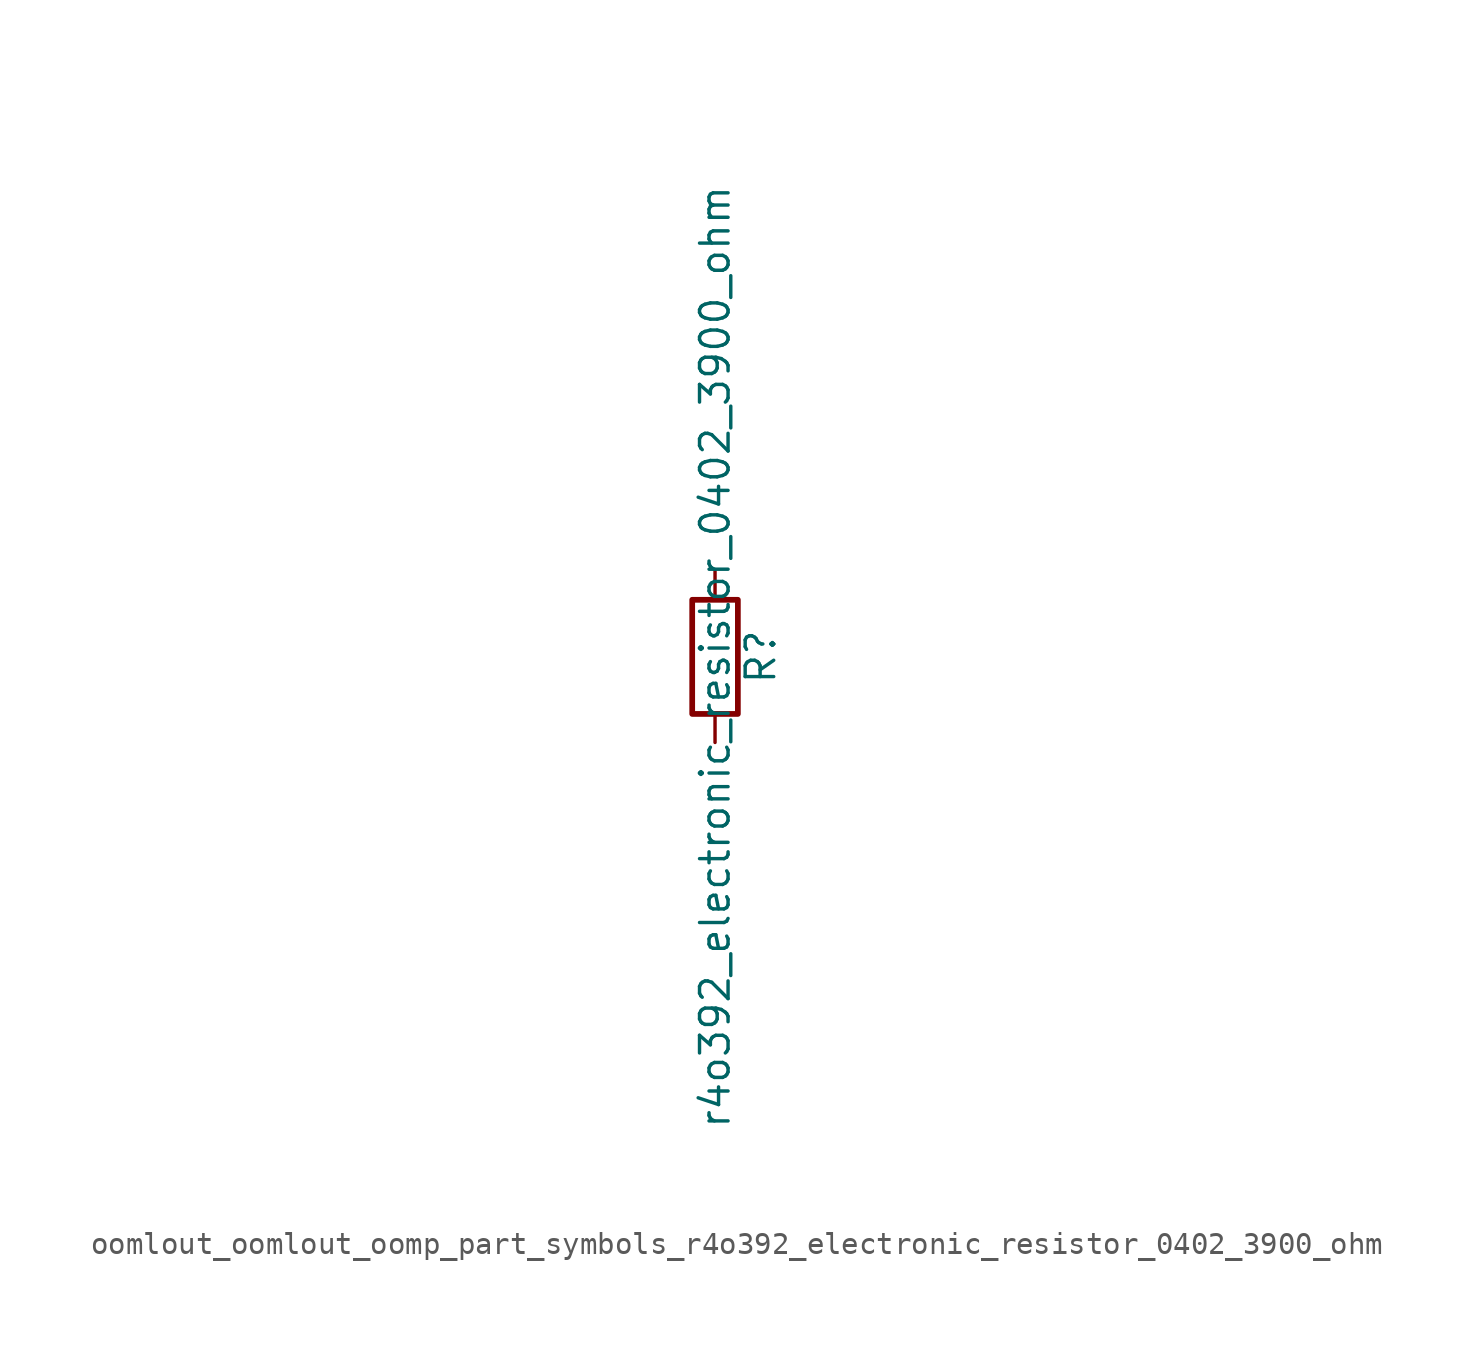
<source format=kicad_sym>
(kicad_symbol_lib
  (version 20220914)
  (generator kicad_symbol_editor)
  (symbol "oomlout_oomlout_oomp_part_symbols_r4o392_electronic_resistor_0402_3900_ohm"
    (pin_numbers hide)
    (pin_names
      (offset 0))
    (property "Reference" "R"
      (at 2.032 0 90)
      (effects (font (size 1.27 1.27))))
    (property "Value" "r4o392_electronic_resistor_0402_3900_ohm"
      (at 0 0 90)
      (effects (font (size 1.27 1.27))))
    (symbol "oomlout_oomlout_oomp_part_symbols_r4o392_electronic_resistor_0402_3900_ohm_0_1"
      (rectangle (start -1.016 -2.54) (end 1.016 2.54) (stroke (width 0.254) (type default)) (fill (type none))))
    (symbol "oomlout_oomlout_oomp_part_symbols_r4o392_electronic_resistor_0402_3900_ohm_1_1"
      (pin passive line (at 0 3.81 270) (length 1.27) (name "~" (effects (font (size 1.27 1.27)))) (number "1" (effects (font (size 1.27 1.27)))))
      (pin passive line (at 0 -3.81 90) (length 1.27) (name "~" (effects (font (size 1.27 1.27)))) (number "2" (effects (font (size 1.27 1.27))))))))
</source>
